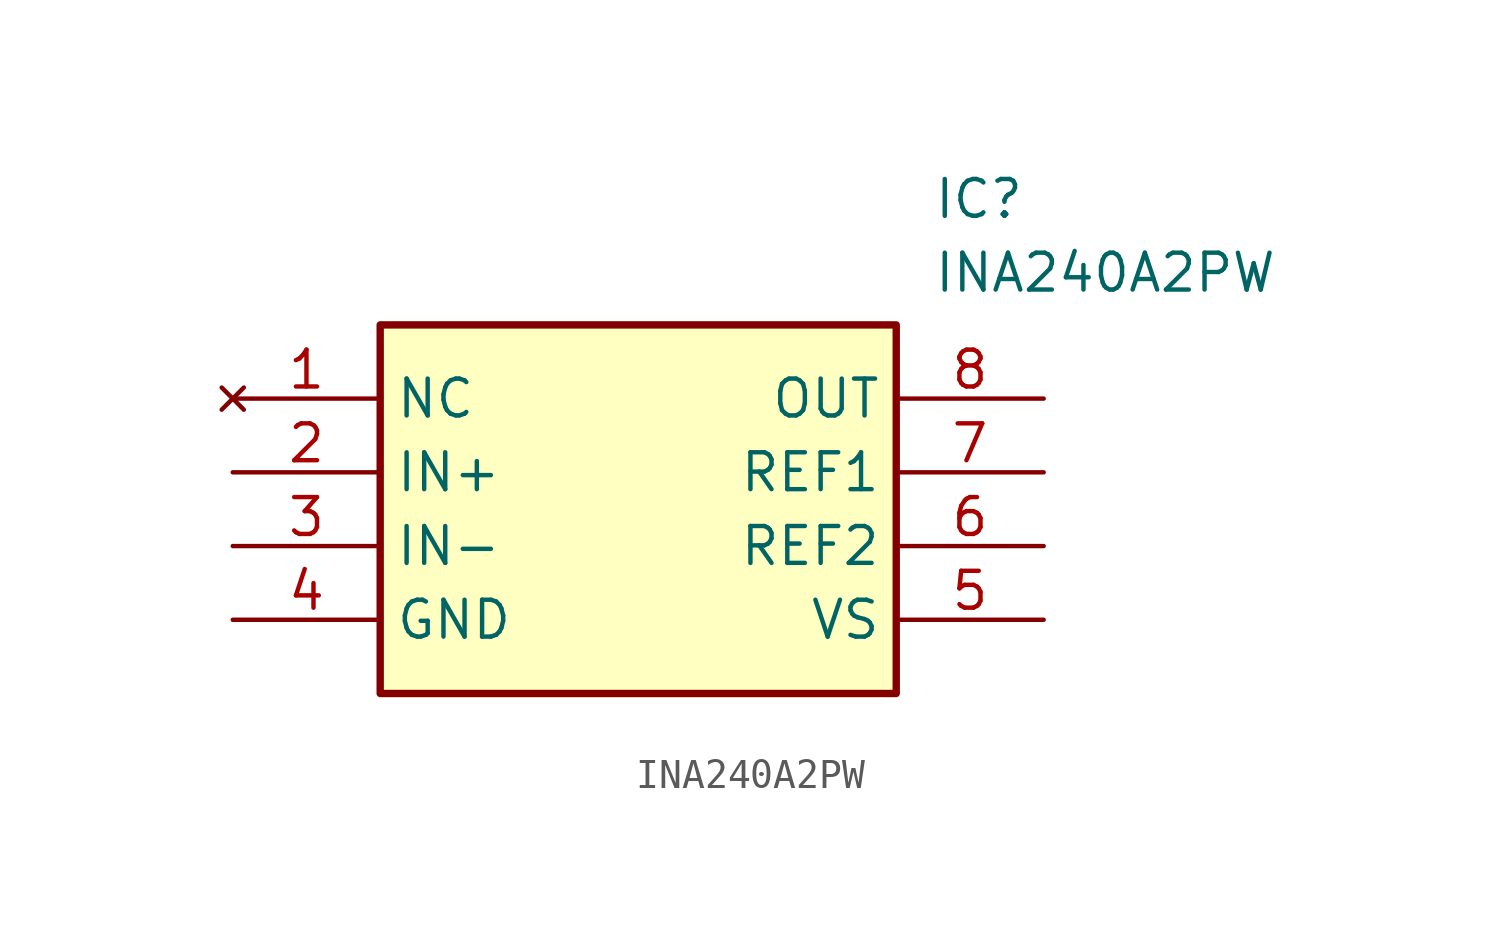
<source format=kicad_sym>
(kicad_symbol_lib
  (version 20211014)
  (generator SamacSys_ECAD_Model)
  (symbol "INA240A2PW"
    (property "Reference" "IC"
      (at 24.13 7.62 0)
      (effects (font (size 1.27 1.27)) (justify left top)))
    (property "Value" "INA240A2PW"
      (at 24.13 5.08 0)
      (effects (font (size 1.27 1.27)) (justify left top)))
    (rectangle
      (start 5.08 2.54)
      (end 22.86 -10.16)
      (stroke (width 0.254) (type default))
      (fill (type background)))
    (pin no_connect line
      (at 0 0 0)
      (length 5.08)
      (name "NC" (effects (font (size 1.27 1.27))))
      (number "1" (effects (font (size 1.27 1.27)))))
    (pin passive line
      (at 0 -2.54 0)
      (length 5.08)
      (name "IN+" (effects (font (size 1.27 1.27))))
      (number "2" (effects (font (size 1.27 1.27)))))
    (pin passive line
      (at 0 -5.08 0)
      (length 5.08)
      (name "IN-" (effects (font (size 1.27 1.27))))
      (number "3" (effects (font (size 1.27 1.27)))))
    (pin passive line
      (at 0 -7.62 0)
      (length 5.08)
      (name "GND" (effects (font (size 1.27 1.27))))
      (number "4" (effects (font (size 1.27 1.27)))))
    (pin passive line
      (at 27.94 0 180)
      (length 5.08)
      (name "OUT" (effects (font (size 1.27 1.27))))
      (number "8" (effects (font (size 1.27 1.27)))))
    (pin passive line
      (at 27.94 -2.54 180)
      (length 5.08)
      (name "REF1" (effects (font (size 1.27 1.27))))
      (number "7" (effects (font (size 1.27 1.27)))))
    (pin passive line
      (at 27.94 -5.08 180)
      (length 5.08)
      (name "REF2" (effects (font (size 1.27 1.27))))
      (number "6" (effects (font (size 1.27 1.27)))))
    (pin passive line
      (at 27.94 -7.62 180)
      (length 5.08)
      (name "VS" (effects (font (size 1.27 1.27))))
      (number "5" (effects (font (size 1.27 1.27)))))))
</source>
